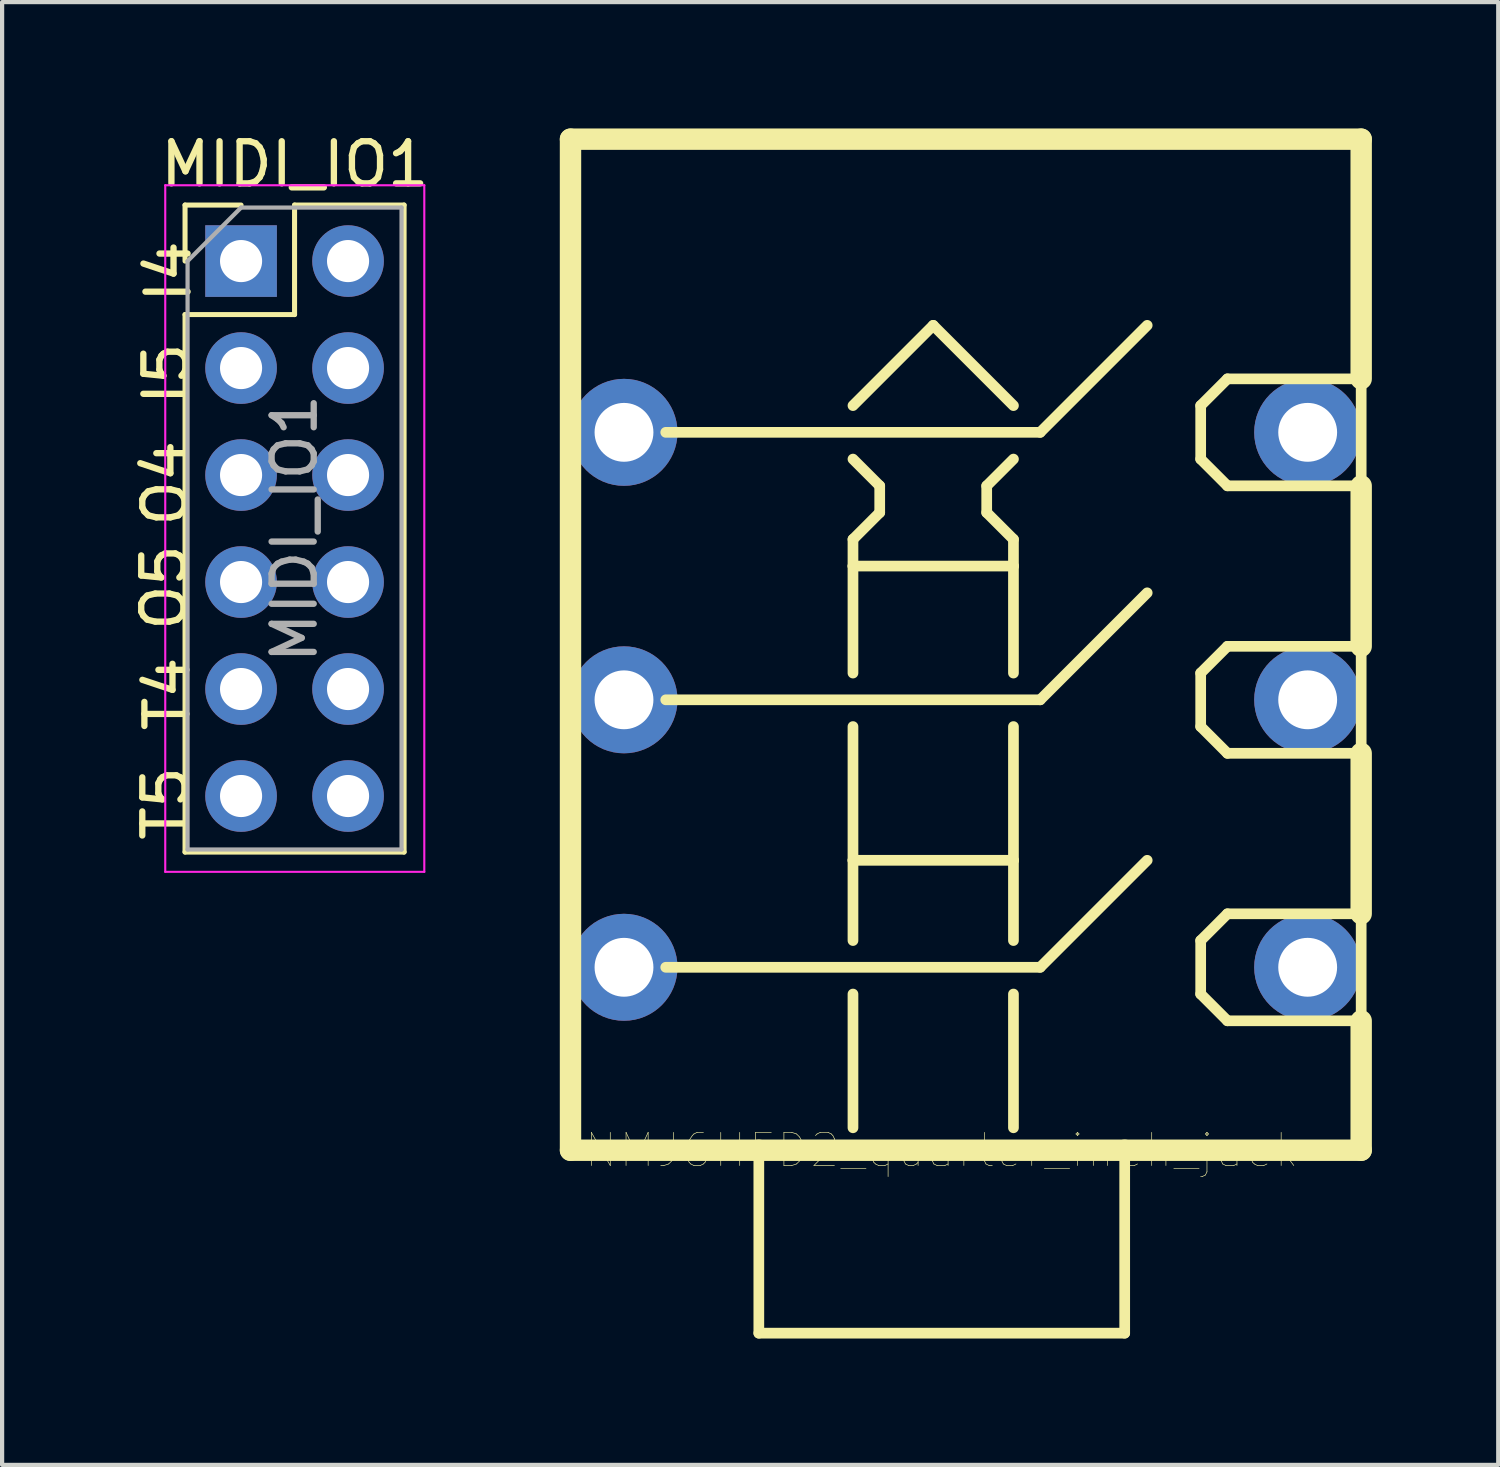
<source format=kicad_pcb>
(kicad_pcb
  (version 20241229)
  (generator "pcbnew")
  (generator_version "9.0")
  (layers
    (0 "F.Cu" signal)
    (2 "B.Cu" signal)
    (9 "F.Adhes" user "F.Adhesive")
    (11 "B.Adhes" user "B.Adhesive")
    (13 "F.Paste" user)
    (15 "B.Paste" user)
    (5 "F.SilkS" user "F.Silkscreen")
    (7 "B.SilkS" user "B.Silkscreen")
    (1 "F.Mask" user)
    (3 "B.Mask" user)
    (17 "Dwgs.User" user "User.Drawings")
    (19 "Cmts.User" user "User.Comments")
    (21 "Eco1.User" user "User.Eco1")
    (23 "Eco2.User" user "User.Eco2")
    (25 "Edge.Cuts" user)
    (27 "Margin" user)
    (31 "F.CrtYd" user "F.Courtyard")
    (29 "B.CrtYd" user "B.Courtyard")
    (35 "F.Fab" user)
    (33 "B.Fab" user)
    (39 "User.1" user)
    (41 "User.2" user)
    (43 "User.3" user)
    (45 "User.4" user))
  (footprint "MIDI_IO1"
    (layer "F.Cu")
    (at 2.673 3.148)
    (property "Reference" "MIDI_IO1" (at 1.275 -2.3 180) (layer "F.SilkS") (effects (font (size 1 1) (thickness 0.15))))
    (attr through_hole exclude_from_bom)
    (fp_line (start -1.33 -1.33) (end 0 -1.33) (stroke (width 0.12) (type solid)) (layer "F.SilkS"))
    (fp_line (start -1.33 0) (end -1.33 -1.33) (stroke (width 0.12) (type solid)) (layer "F.SilkS"))
    (fp_line (start -1.33 1.27) (end -1.33 14.03) (stroke (width 0.12) (type solid)) (layer "F.SilkS"))
    (fp_line (start -1.33 1.27) (end 1.27 1.27) (stroke (width 0.12) (type solid)) (layer "F.SilkS"))
    (fp_line (start -1.33 14.03) (end 3.87 14.03) (stroke (width 0.12) (type solid)) (layer "F.SilkS"))
    (fp_line (start 1.27 -1.33) (end 3.87 -1.33) (stroke (width 0.12) (type solid)) (layer "F.SilkS"))
    (fp_line (start 1.27 1.27) (end 1.27 -1.33) (stroke (width 0.12) (type solid)) (layer "F.SilkS"))
    (fp_line (start 3.87 -1.33) (end 3.87 14.03) (stroke (width 0.12) (type solid)) (layer "F.SilkS"))
    (fp_line (start -1.8 -1.8) (end -1.8 14.5) (stroke (width 0.05) (type solid)) (layer "F.CrtYd"))
    (fp_line (start -1.8 14.5) (end 4.35 14.5) (stroke (width 0.05) (type solid)) (layer "F.CrtYd"))
    (fp_line (start 4.35 -1.8) (end -1.8 -1.8) (stroke (width 0.05) (type solid)) (layer "F.CrtYd"))
    (fp_line (start 4.35 14.5) (end 4.35 -1.8) (stroke (width 0.05) (type solid)) (layer "F.CrtYd"))
    (fp_line (start -1.27 0) (end 0 -1.27) (stroke (width 0.1) (type solid)) (layer "F.Fab"))
    (fp_line (start -1.27 13.97) (end -1.27 0) (stroke (width 0.1) (type solid)) (layer "F.Fab"))
    (fp_line (start 0 -1.27) (end 3.81 -1.27) (stroke (width 0.1) (type solid)) (layer "F.Fab"))
    (fp_line (start 3.81 -1.27) (end 3.81 13.97) (stroke (width 0.1) (type solid)) (layer "F.Fab"))
    (fp_line (start 3.81 13.97) (end -1.27 13.97) (stroke (width 0.1) (type solid)) (layer "F.Fab"))
    (fp_text user "I5" (at -1.775 2.675 90) (unlocked yes) (layer "F.SilkS") (effects (font (size 1 1) (thickness 0.15))))
    (fp_text user "T4" (at -1.75 10.275 90) (unlocked yes) (layer "F.SilkS") (effects (font (size 1 1) (thickness 0.15))))
    (fp_text user "I4" (at -1.725 0.25 90) (unlocked yes) (layer "F.SilkS") (effects (font (size 1 1) (thickness 0.15))))
    (fp_text user "T5" (at -1.8 12.875 90) (unlocked yes) (layer "F.SilkS") (effects (font (size 1 1) (thickness 0.15))))
    (fp_text user "O5" (at -1.825 7.75 90) (unlocked yes) (layer "F.SilkS") (effects (font (size 1 1) (thickness 0.15))))
    (fp_text user "O4" (at -1.8 5.275 90) (unlocked yes) (layer "F.SilkS") (effects (font (size 1 1) (thickness 0.15))))
    (fp_text user "${REFERENCE}" (at 1.27 6.35 270) (layer "F.Fab") (effects (font (size 1 1) (thickness 0.15))))
    (pad "1" thru_hole rect (at 0 0) (size 1.7 1.7) (drill 1) (layers "*.Cu" "*.Mask"))
    (pad "2" thru_hole oval (at 2.54 0) (size 1.7 1.7) (drill 1) (layers "*.Cu" "*.Mask"))
    (pad "3" thru_hole oval (at 0 2.54) (size 1.7 1.7) (drill 1) (layers "*.Cu" "*.Mask"))
    (pad "4" thru_hole oval (at 2.54 2.54) (size 1.7 1.7) (drill 1) (layers "*.Cu" "*.Mask"))
    (pad "5" thru_hole oval (at 0 5.08) (size 1.7 1.7) (drill 1) (layers "*.Cu" "*.Mask"))
    (pad "6" thru_hole oval (at 2.54 5.08) (size 1.7 1.7) (drill 1) (layers "*.Cu" "*.Mask"))
    (pad "7" thru_hole oval (at 0 7.62) (size 1.7 1.7) (drill 1) (layers "*.Cu" "*.Mask"))
    (pad "8" thru_hole oval (at 2.54 7.62) (size 1.7 1.7) (drill 1) (layers "*.Cu" "*.Mask"))
    (pad "9" thru_hole oval (at 0 10.16) (size 1.7 1.7) (drill 1) (layers "*.Cu" "*.Mask"))
    (pad "10" thru_hole oval (at 2.54 10.16) (size 1.7 1.7) (drill 1) (layers "*.Cu" "*.Mask"))
    (pad "11" thru_hole oval (at 0 12.7) (size 1.7 1.7) (drill 1) (layers "*.Cu" "*.Mask"))
    (pad "12" thru_hole oval (at 2.54 12.7) (size 1.7 1.7) (drill 1) (layers "*.Cu" "*.Mask")))
  (footprint "NMJ6HFD2_quarter_inch_jack"
    (layer "F.Cu")
    (at 19.308 24.257)
    (property "Reference" "NMJ6HFD2_quarter_inch_jack" (at 0 0 0) (layer "F.SilkS") (effects (font (size 0.787 0.787) (thickness 0.015))))
    (attr through_hole)
    (fp_line (start -8.814 -24.003) (end -8.814 0) (stroke (width 0.508) (type solid)) (layer "F.SilkS"))
    (fp_line (start -8.814 0) (end -4.343 0) (stroke (width 0.508) (type solid)) (layer "F.SilkS"))
    (fp_line (start -6.553 -17.043) (end 2.337 -17.043) (stroke (width 0.254) (type solid)) (layer "F.SilkS"))
    (fp_line (start -6.553 -10.693) (end 2.337 -10.693) (stroke (width 0.254) (type solid)) (layer "F.SilkS"))
    (fp_line (start -6.553 -4.343) (end 2.337 -4.343) (stroke (width 0.254) (type solid)) (layer "F.SilkS"))
    (fp_line (start -4.343 0) (end 4.343 0) (stroke (width 0.508) (type solid)) (layer "F.SilkS"))
    (fp_line (start -4.343 4.343) (end -4.343 0) (stroke (width 0.254) (type solid)) (layer "F.SilkS"))
    (fp_line (start -2.108 -17.678) (end -0.203 -19.583) (stroke (width 0.254) (type solid)) (layer "F.SilkS"))
    (fp_line (start -2.108 -14.503) (end -1.473 -15.138) (stroke (width 0.254) (type solid)) (layer "F.SilkS"))
    (fp_line (start -2.108 -13.868) (end -2.108 -14.503) (stroke (width 0.254) (type solid)) (layer "F.SilkS"))
    (fp_line (start -2.108 -13.868) (end 1.702 -13.868) (stroke (width 0.254) (type solid)) (layer "F.SilkS"))
    (fp_line (start -2.108 -11.328) (end -2.108 -13.868) (stroke (width 0.254) (type solid)) (layer "F.SilkS"))
    (fp_line (start -2.108 -6.883) (end -2.108 -10.058) (stroke (width 0.254) (type solid)) (layer "F.SilkS"))
    (fp_line (start -2.108 -6.883) (end 1.702 -6.883) (stroke (width 0.254) (type solid)) (layer "F.SilkS"))
    (fp_line (start -2.108 -4.978) (end -2.108 -6.883) (stroke (width 0.254) (type solid)) (layer "F.SilkS"))
    (fp_line (start -2.108 -0.533) (end -2.108 -3.708) (stroke (width 0.254) (type solid)) (layer "F.SilkS"))
    (fp_line (start -1.473 -15.773) (end -2.108 -16.408) (stroke (width 0.254) (type solid)) (layer "F.SilkS"))
    (fp_line (start -1.473 -15.138) (end -1.473 -15.773) (stroke (width 0.254) (type solid)) (layer "F.SilkS"))
    (fp_line (start -0.203 -19.583) (end 1.702 -17.678) (stroke (width 0.254) (type solid)) (layer "F.SilkS"))
    (fp_line (start 1.067 -15.773) (end 1.702 -16.408) (stroke (width 0.254) (type solid)) (layer "F.SilkS"))
    (fp_line (start 1.067 -15.138) (end 1.067 -15.773) (stroke (width 0.254) (type solid)) (layer "F.SilkS"))
    (fp_line (start 1.702 -14.503) (end 1.067 -15.138) (stroke (width 0.254) (type solid)) (layer "F.SilkS"))
    (fp_line (start 1.702 -13.868) (end 1.702 -14.503) (stroke (width 0.254) (type solid)) (layer "F.SilkS"))
    (fp_line (start 1.702 -11.328) (end 1.702 -13.868) (stroke (width 0.254) (type solid)) (layer "F.SilkS"))
    (fp_line (start 1.702 -6.883) (end 1.702 -10.058) (stroke (width 0.254) (type solid)) (layer "F.SilkS"))
    (fp_line (start 1.702 -4.978) (end 1.702 -6.883) (stroke (width 0.254) (type solid)) (layer "F.SilkS"))
    (fp_line (start 1.702 -0.533) (end 1.702 -3.708) (stroke (width 0.254) (type solid)) (layer "F.SilkS"))
    (fp_line (start 2.337 -17.043) (end 4.877 -19.583) (stroke (width 0.254) (type solid)) (layer "F.SilkS"))
    (fp_line (start 2.337 -10.693) (end 4.877 -13.233) (stroke (width 0.254) (type solid)) (layer "F.SilkS"))
    (fp_line (start 2.337 -4.343) (end 4.877 -6.883) (stroke (width 0.254) (type solid)) (layer "F.SilkS"))
    (fp_line (start 4.343 0) (end 4.343 4.343) (stroke (width 0.254) (type solid)) (layer "F.SilkS"))
    (fp_line (start 4.343 0) (end 9.957 0) (stroke (width 0.508) (type solid)) (layer "F.SilkS"))
    (fp_line (start 4.343 4.343) (end -4.343 4.343) (stroke (width 0.254) (type solid)) (layer "F.SilkS"))
    (fp_line (start 6.147 -17.678) (end 6.782 -18.313) (stroke (width 0.254) (type solid)) (layer "F.SilkS"))
    (fp_line (start 6.147 -16.408) (end 6.147 -17.678) (stroke (width 0.254) (type solid)) (layer "F.SilkS"))
    (fp_line (start 6.147 -11.328) (end 6.782 -11.963) (stroke (width 0.254) (type solid)) (layer "F.SilkS"))
    (fp_line (start 6.147 -10.058) (end 6.147 -11.328) (stroke (width 0.254) (type solid)) (layer "F.SilkS"))
    (fp_line (start 6.147 -4.978) (end 6.782 -5.613) (stroke (width 0.254) (type solid)) (layer "F.SilkS"))
    (fp_line (start 6.147 -3.708) (end 6.147 -4.978) (stroke (width 0.254) (type solid)) (layer "F.SilkS"))
    (fp_line (start 6.782 -18.313) (end 9.957 -18.313) (stroke (width 0.254) (type solid)) (layer "F.SilkS"))
    (fp_line (start 6.782 -15.773) (end 6.147 -16.408) (stroke (width 0.254) (type solid)) (layer "F.SilkS"))
    (fp_line (start 6.782 -11.963) (end 9.957 -11.963) (stroke (width 0.254) (type solid)) (layer "F.SilkS"))
    (fp_line (start 6.782 -9.423) (end 6.147 -10.058) (stroke (width 0.254) (type solid)) (layer "F.SilkS"))
    (fp_line (start 6.782 -5.613) (end 9.957 -5.613) (stroke (width 0.254) (type solid)) (layer "F.SilkS"))
    (fp_line (start 6.782 -3.073) (end 6.147 -3.708) (stroke (width 0.254) (type solid)) (layer "F.SilkS"))
    (fp_line (start 9.957 -24.003) (end -8.814 -24.003) (stroke (width 0.508) (type solid)) (layer "F.SilkS"))
    (fp_line (start 9.957 -18.313) (end 9.957 -24.003) (stroke (width 0.508) (type solid)) (layer "F.SilkS"))
    (fp_line (start 9.957 -15.773) (end 6.782 -15.773) (stroke (width 0.254) (type solid)) (layer "F.SilkS"))
    (fp_line (start 9.957 -15.773) (end 9.957 -18.313) (stroke (width 0.254) (type solid)) (layer "F.SilkS"))
    (fp_line (start 9.957 -11.963) (end 9.957 -15.773) (stroke (width 0.508) (type solid)) (layer "F.SilkS"))
    (fp_line (start 9.957 -9.423) (end 6.782 -9.423) (stroke (width 0.254) (type solid)) (layer "F.SilkS"))
    (fp_line (start 9.957 -9.423) (end 9.957 -11.963) (stroke (width 0.254) (type solid)) (layer "F.SilkS"))
    (fp_line (start 9.957 -5.613) (end 9.957 -9.423) (stroke (width 0.508) (type solid)) (layer "F.SilkS"))
    (fp_line (start 9.957 -3.073) (end 6.782 -3.073) (stroke (width 0.254) (type solid)) (layer "F.SilkS"))
    (fp_line (start 9.957 -3.073) (end 9.957 -5.613) (stroke (width 0.254) (type solid)) (layer "F.SilkS"))
    (fp_line (start 9.957 0) (end 9.957 -3.073) (stroke (width 0.508) (type solid)) (layer "F.SilkS"))
    (pad "R" thru_hole circle (at 8.687 -10.693 90) (size 2.54 2.54) (drill 1.397) (layers "*.Cu" "*.Mask"))
    (pad "RN" thru_hole circle (at -7.544 -10.693 90) (size 2.54 2.54) (drill 1.397) (layers "*.Cu" "*.Mask"))
    (pad "S" thru_hole circle (at 8.687 -4.343 90) (size 2.54 2.54) (drill 1.397) (layers "*.Cu" "*.Mask"))
    (pad "SN" thru_hole circle (at -7.544 -4.343 90) (size 2.54 2.54) (drill 1.397) (layers "*.Cu" "*.Mask"))
    (pad "T" thru_hole circle (at 8.687 -17.043 90) (size 2.54 2.54) (drill 1.397) (layers "*.Cu" "*.Mask"))
    (pad "TN" thru_hole circle (at -7.544 -17.043 90) (size 2.54 2.54) (drill 1.397) (layers "*.Cu" "*.Mask")))
  (gr_rect
    (start -3 -3)
    (end 32.519 31.727)
    (stroke (width 0.1) (type default))
    (fill no)
    (layer "Edge.Cuts")))
</source>
